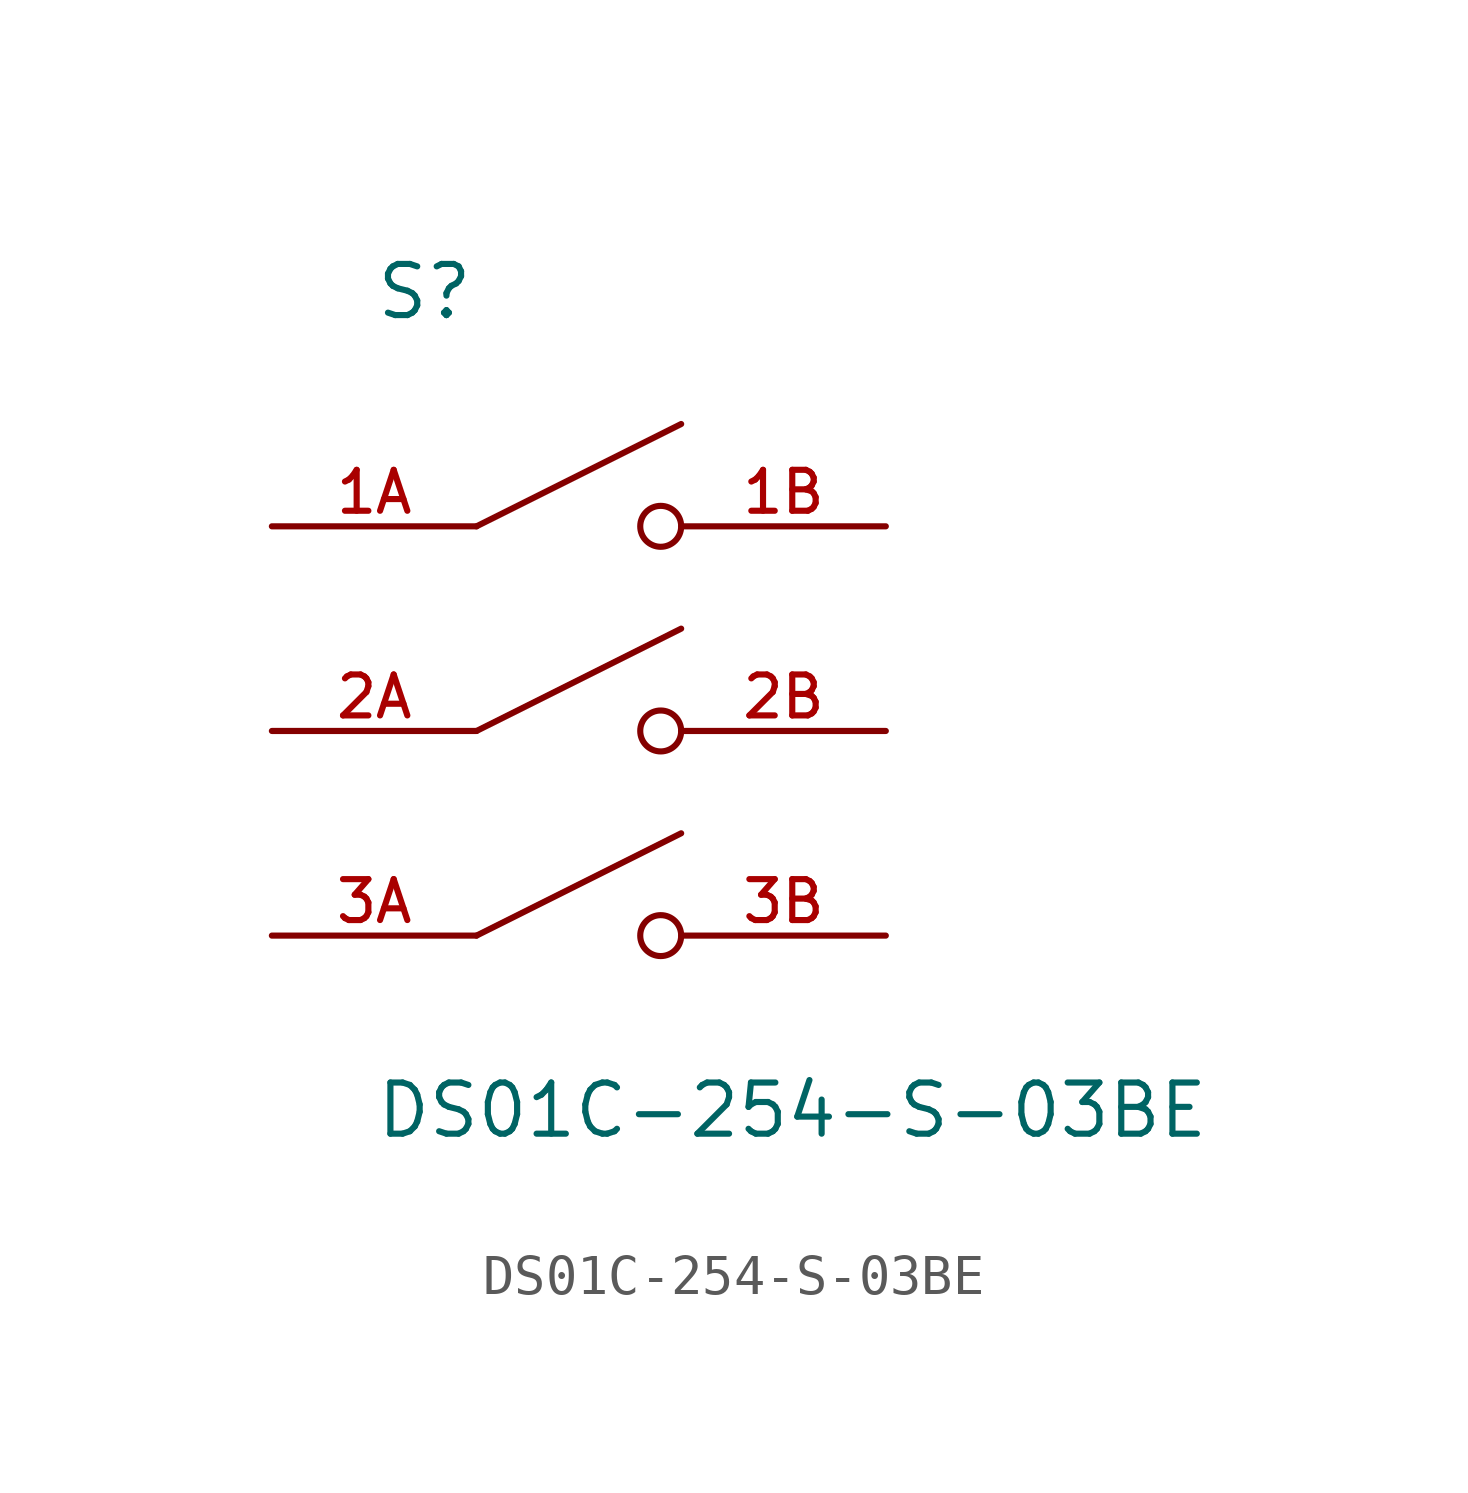
<source format=kicad_sym>
(kicad_symbol_lib
  (version 20211014)
  (generator kicad_symbol_editor)
  (symbol "DS01C-254-S-03BE"
    (pin_names
      (offset 1.016))
    (property "Reference" "S"
      (at -5.08 10.16 0)
      (effects (font (size 1.27 1.27)) (justify bottom left)))
    (property "Value" "DS01C-254-S-03BE"
      (at -5.08 -10.16 0)
      (effects (font (size 1.27 1.27)) (justify bottom left)))
    (symbol "DS01C-254-S-03BE_0_0"
      (polyline (pts (xy -2.54 5.08) (xy 2.54 7.62)) (stroke (width 0.152)))
      (circle (center 2.032 5.08) (radius 0.508) (stroke (width 0.152)) (fill (type none)))
      (polyline (pts (xy -2.54 0.0) (xy 2.54 2.54)) (stroke (width 0.152)))
      (circle (center 2.032 0.0) (radius 0.508) (stroke (width 0.152)) (fill (type none)))
      (polyline (pts (xy -2.54 -5.08) (xy 2.54 -2.54)) (stroke (width 0.152)))
      (circle (center 2.032 -5.08) (radius 0.508) (stroke (width 0.152)) (fill (type none)))
      (pin passive line (at -7.62 5.08 0) (length 5.08) (name "~" (effects (font (size 1.016 1.016)))) (number "1A" (effects (font (size 1.016 1.016)))))
      (pin passive line (at 7.62 5.08 180.0) (length 5.08) (name "~" (effects (font (size 1.016 1.016)))) (number "1B" (effects (font (size 1.016 1.016)))))
      (pin passive line (at -7.62 0.0 0) (length 5.08) (name "~" (effects (font (size 1.016 1.016)))) (number "2A" (effects (font (size 1.016 1.016)))))
      (pin passive line (at -7.62 -5.08 0) (length 5.08) (name "~" (effects (font (size 1.016 1.016)))) (number "3A" (effects (font (size 1.016 1.016)))))
      (pin passive line (at 7.62 0.0 180.0) (length 5.08) (name "~" (effects (font (size 1.016 1.016)))) (number "2B" (effects (font (size 1.016 1.016)))))
      (pin passive line (at 7.62 -5.08 180.0) (length 5.08) (name "~" (effects (font (size 1.016 1.016)))) (number "3B" (effects (font (size 1.016 1.016))))))))
</source>
